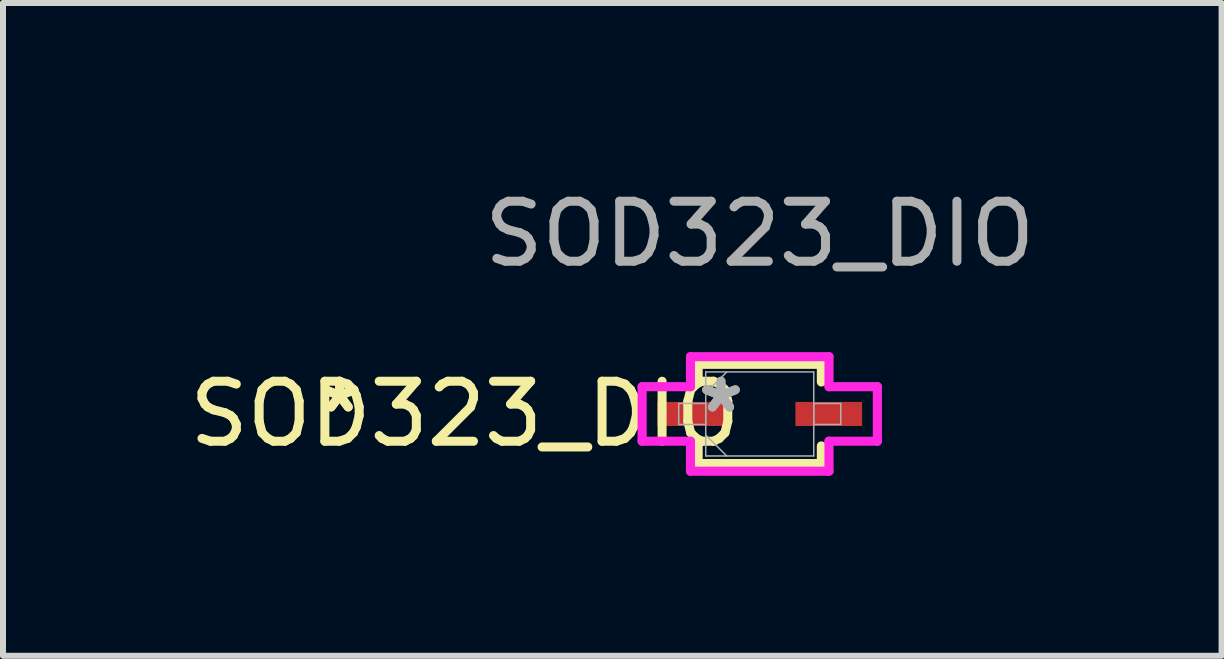
<source format=kicad_pcb>
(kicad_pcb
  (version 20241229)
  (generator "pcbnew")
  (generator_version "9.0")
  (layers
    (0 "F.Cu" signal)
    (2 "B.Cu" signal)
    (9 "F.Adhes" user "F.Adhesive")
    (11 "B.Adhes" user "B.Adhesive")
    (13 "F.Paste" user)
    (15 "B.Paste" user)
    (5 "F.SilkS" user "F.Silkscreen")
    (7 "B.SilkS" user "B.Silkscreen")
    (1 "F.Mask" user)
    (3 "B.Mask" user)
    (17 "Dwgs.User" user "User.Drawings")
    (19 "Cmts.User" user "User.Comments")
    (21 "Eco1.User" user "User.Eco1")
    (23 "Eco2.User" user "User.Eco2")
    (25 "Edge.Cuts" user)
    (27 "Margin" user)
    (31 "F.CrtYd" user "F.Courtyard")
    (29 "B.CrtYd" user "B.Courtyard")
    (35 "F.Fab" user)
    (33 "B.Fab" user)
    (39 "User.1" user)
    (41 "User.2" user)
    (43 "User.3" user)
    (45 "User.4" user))
  (footprint "SOD323_DIO"
    (layer "F.Cu")
    (at 9.61 3.848)
    (property "Reference" "SOD323_DIO" (at -4.913 0 0) (unlocked yes) (layer "F.SilkS") (effects (font (size 1 1) (thickness 0.15))))
    (attr smd)
    (fp_line (start -1.027 -0.827) (end -1.027 -0.533) (stroke (width 0.152) (type solid)) (layer "F.SilkS"))
    (fp_line (start -1.027 0.533) (end -1.027 0.827) (stroke (width 0.152) (type solid)) (layer "F.SilkS"))
    (fp_line (start -1.027 0.827) (end 1.027 0.827) (stroke (width 0.152) (type solid)) (layer "F.SilkS"))
    (fp_line (start 1.027 -0.827) (end -1.027 -0.827) (stroke (width 0.152) (type solid)) (layer "F.SilkS"))
    (fp_line (start 1.027 -0.533) (end 1.027 -0.827) (stroke (width 0.152) (type solid)) (layer "F.SilkS"))
    (fp_line (start 1.027 0.827) (end 1.027 0.533) (stroke (width 0.152) (type solid)) (layer "F.SilkS"))
    (fp_line (start -1.96 -0.454) (end -1.154 -0.454) (stroke (width 0.152) (type solid)) (layer "F.CrtYd"))
    (fp_line (start -1.96 0.454) (end -1.96 -0.454) (stroke (width 0.152) (type solid)) (layer "F.CrtYd"))
    (fp_line (start -1.154 -0.954) (end 1.154 -0.954) (stroke (width 0.152) (type solid)) (layer "F.CrtYd"))
    (fp_line (start -1.154 -0.454) (end -1.154 -0.954) (stroke (width 0.152) (type solid)) (layer "F.CrtYd"))
    (fp_line (start -1.154 0.454) (end -1.96 0.454) (stroke (width 0.152) (type solid)) (layer "F.CrtYd"))
    (fp_line (start -1.154 0.954) (end -1.154 0.454) (stroke (width 0.152) (type solid)) (layer "F.CrtYd"))
    (fp_line (start 1.154 -0.954) (end 1.154 -0.454) (stroke (width 0.152) (type solid)) (layer "F.CrtYd"))
    (fp_line (start 1.154 -0.454) (end 1.96 -0.454) (stroke (width 0.152) (type solid)) (layer "F.CrtYd"))
    (fp_line (start 1.154 0.454) (end 1.154 0.954) (stroke (width 0.152) (type solid)) (layer "F.CrtYd"))
    (fp_line (start 1.154 0.954) (end -1.154 0.954) (stroke (width 0.152) (type solid)) (layer "F.CrtYd"))
    (fp_line (start 1.96 -0.454) (end 1.96 0.454) (stroke (width 0.152) (type solid)) (layer "F.CrtYd"))
    (fp_line (start 1.96 0.454) (end 1.154 0.454) (stroke (width 0.152) (type solid)) (layer "F.CrtYd"))
    (fp_line (start -1.35 -0.175) (end -1.35 0.175) (stroke (width 0.025) (type solid)) (layer "F.Fab"))
    (fp_line (start -1.35 0.175) (end -0.9 0.175) (stroke (width 0.025) (type solid)) (layer "F.Fab"))
    (fp_line (start -0.9 -0.7) (end -0.9 0.7) (stroke (width 0.025) (type solid)) (layer "F.Fab"))
    (fp_line (start -0.9 -0.35) (end -0.55 -0.7) (stroke (width 0.025) (type solid)) (layer "F.Fab"))
    (fp_line (start -0.9 -0.175) (end -1.35 -0.175) (stroke (width 0.025) (type solid)) (layer "F.Fab"))
    (fp_line (start -0.9 0.175) (end -0.9 -0.175) (stroke (width 0.025) (type solid)) (layer "F.Fab"))
    (fp_line (start -0.9 0.35) (end -0.55 0.7) (stroke (width 0.025) (type solid)) (layer "F.Fab"))
    (fp_line (start -0.9 0.7) (end 0.9 0.7) (stroke (width 0.025) (type solid)) (layer "F.Fab"))
    (fp_line (start 0.9 -0.7) (end -0.9 -0.7) (stroke (width 0.025) (type solid)) (layer "F.Fab"))
    (fp_line (start 0.9 -0.175) (end 0.9 0.175) (stroke (width 0.025) (type solid)) (layer "F.Fab"))
    (fp_line (start 0.9 0.175) (end 1.35 0.175) (stroke (width 0.025) (type solid)) (layer "F.Fab"))
    (fp_line (start 0.9 0.7) (end 0.9 -0.7) (stroke (width 0.025) (type solid)) (layer "F.Fab"))
    (fp_line (start 1.35 -0.175) (end 0.9 -0.175) (stroke (width 0.025) (type solid)) (layer "F.Fab"))
    (fp_line (start 1.35 0.175) (end 1.35 -0.175) (stroke (width 0.025) (type solid)) (layer "F.Fab"))
    (fp_text user "*" (at -7 0 0) (layer "F.SilkS") (effects (font (size 1 1) (thickness 0.15))))
    (fp_text user "*" (at -7 0 0) (unlocked yes) (layer "F.SilkS") (effects (font (size 1 1) (thickness 0.15))))
    (fp_text user "${REFERENCE}" (at 0 -3 0) (unlocked yes) (layer "F.Fab") (effects (font (size 1 1) (thickness 0.15))))
    (fp_text user "*" (at -0.646 0 0) (unlocked yes) (layer "F.Fab") (effects (font (size 1 1) (thickness 0.15))))
    (fp_text user "*" (at -0.646 0 0) (layer "F.Fab") (effects (font (size 1 1) (thickness 0.15))))
    (pad "1" smd rect (at -1.15 0) (size 1.111 0.401) (layers "F.Cu" "F.Mask" "F.Paste"))
    (pad "2" smd rect (at 1.15 0) (size 1.111 0.401) (layers "F.Cu" "F.Mask" "F.Paste")))
  (gr_rect
    (start -3 -3)
    (end 17.306 7.878)
    (stroke (width 0.1) (type default))
    (fill no)
    (layer "Edge.Cuts")))
</source>
